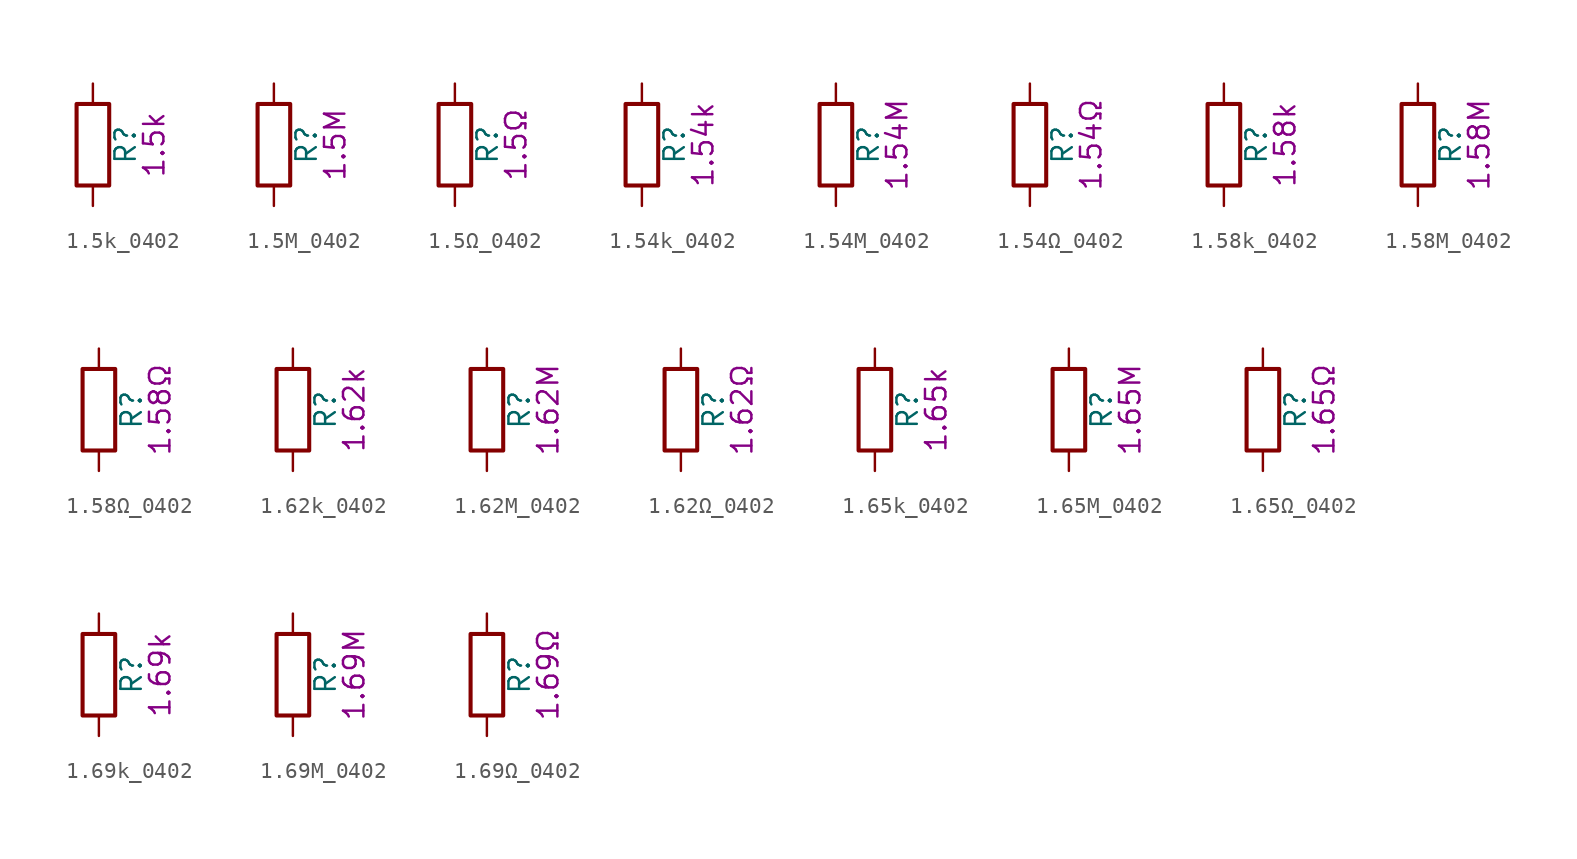
<source format=kicad_sym>
(kicad_symbol_lib
  (version 20211014)
  (generator kicad_symbol_editor)
  (symbol "1.5k_0402"
    (pin_numbers hide)
    (pin_names
      (offset 0))
    (property "Reference" "R"
      (at 2.032 0 90)
      (effects (font (size 1.27 1.27))))
    (property "Display" "1.5k"
      (at 3.81 0 90)
      (effects (font (size 1.27 1.27))))
    (symbol "1.5k_0402_0_1"
      (rectangle (start -1.016 -2.54) (end 1.016 2.54) (stroke (width 0.254) (type default) (color 0 0 0 0)) (fill (type none))))
    (symbol "1.5k_0402_1_1"
      (pin passive line (at 0 3.81 270) (length 1.27) (name "~" (effects (font (size 1.27 1.27)))) (number "1" (effects (font (size 1.27 1.27)))))
      (pin passive line (at 0 -3.81 90) (length 1.27) (name "~" (effects (font (size 1.27 1.27)))) (number "2" (effects (font (size 1.27 1.27)))))))
  (symbol "1.5M_0402"
    (pin_numbers hide)
    (pin_names
      (offset 0))
    (property "Reference" "R"
      (at 2.032 0 90)
      (effects (font (size 1.27 1.27))))
    (property "Display" "1.5M"
      (at 3.81 0 90)
      (effects (font (size 1.27 1.27))))
    (symbol "1.5M_0402_0_1"
      (rectangle (start -1.016 -2.54) (end 1.016 2.54) (stroke (width 0.254) (type default) (color 0 0 0 0)) (fill (type none))))
    (symbol "1.5M_0402_1_1"
      (pin passive line (at 0 3.81 270) (length 1.27) (name "~" (effects (font (size 1.27 1.27)))) (number "1" (effects (font (size 1.27 1.27)))))
      (pin passive line (at 0 -3.81 90) (length 1.27) (name "~" (effects (font (size 1.27 1.27)))) (number "2" (effects (font (size 1.27 1.27)))))))
  (symbol "1.5Ω_0402"
    (pin_numbers hide)
    (pin_names
      (offset 0))
    (property "Reference" "R"
      (at 2.032 0 90)
      (effects (font (size 1.27 1.27))))
    (property "Display" "1.5Ω"
      (at 3.81 0 90)
      (effects (font (size 1.27 1.27))))
    (symbol "1.5Ω_0402_0_1"
      (rectangle (start -1.016 -2.54) (end 1.016 2.54) (stroke (width 0.254) (type default) (color 0 0 0 0)) (fill (type none))))
    (symbol "1.5Ω_0402_1_1"
      (pin passive line (at 0 3.81 270) (length 1.27) (name "~" (effects (font (size 1.27 1.27)))) (number "1" (effects (font (size 1.27 1.27)))))
      (pin passive line (at 0 -3.81 90) (length 1.27) (name "~" (effects (font (size 1.27 1.27)))) (number "2" (effects (font (size 1.27 1.27)))))))
  (symbol "1.54k_0402"
    (pin_numbers hide)
    (pin_names
      (offset 0))
    (property "Reference" "R"
      (at 2.032 0 90)
      (effects (font (size 1.27 1.27))))
    (property "Display" "1.54k"
      (at 3.81 0 90)
      (effects (font (size 1.27 1.27))))
    (symbol "1.54k_0402_0_1"
      (rectangle (start -1.016 -2.54) (end 1.016 2.54) (stroke (width 0.254) (type default) (color 0 0 0 0)) (fill (type none))))
    (symbol "1.54k_0402_1_1"
      (pin passive line (at 0 3.81 270) (length 1.27) (name "~" (effects (font (size 1.27 1.27)))) (number "1" (effects (font (size 1.27 1.27)))))
      (pin passive line (at 0 -3.81 90) (length 1.27) (name "~" (effects (font (size 1.27 1.27)))) (number "2" (effects (font (size 1.27 1.27)))))))
  (symbol "1.54M_0402"
    (pin_numbers hide)
    (pin_names
      (offset 0))
    (property "Reference" "R"
      (at 2.032 0 90)
      (effects (font (size 1.27 1.27))))
    (property "Display" "1.54M"
      (at 3.81 0 90)
      (effects (font (size 1.27 1.27))))
    (symbol "1.54M_0402_0_1"
      (rectangle (start -1.016 -2.54) (end 1.016 2.54) (stroke (width 0.254) (type default) (color 0 0 0 0)) (fill (type none))))
    (symbol "1.54M_0402_1_1"
      (pin passive line (at 0 3.81 270) (length 1.27) (name "~" (effects (font (size 1.27 1.27)))) (number "1" (effects (font (size 1.27 1.27)))))
      (pin passive line (at 0 -3.81 90) (length 1.27) (name "~" (effects (font (size 1.27 1.27)))) (number "2" (effects (font (size 1.27 1.27)))))))
  (symbol "1.54Ω_0402"
    (pin_numbers hide)
    (pin_names
      (offset 0))
    (property "Reference" "R"
      (at 2.032 0 90)
      (effects (font (size 1.27 1.27))))
    (property "Display" "1.54Ω"
      (at 3.81 0 90)
      (effects (font (size 1.27 1.27))))
    (symbol "1.54Ω_0402_0_1"
      (rectangle (start -1.016 -2.54) (end 1.016 2.54) (stroke (width 0.254) (type default) (color 0 0 0 0)) (fill (type none))))
    (symbol "1.54Ω_0402_1_1"
      (pin passive line (at 0 3.81 270) (length 1.27) (name "~" (effects (font (size 1.27 1.27)))) (number "1" (effects (font (size 1.27 1.27)))))
      (pin passive line (at 0 -3.81 90) (length 1.27) (name "~" (effects (font (size 1.27 1.27)))) (number "2" (effects (font (size 1.27 1.27)))))))
  (symbol "1.58k_0402"
    (pin_numbers hide)
    (pin_names
      (offset 0))
    (property "Reference" "R"
      (at 2.032 0 90)
      (effects (font (size 1.27 1.27))))
    (property "Display" "1.58k"
      (at 3.81 0 90)
      (effects (font (size 1.27 1.27))))
    (symbol "1.58k_0402_0_1"
      (rectangle (start -1.016 -2.54) (end 1.016 2.54) (stroke (width 0.254) (type default) (color 0 0 0 0)) (fill (type none))))
    (symbol "1.58k_0402_1_1"
      (pin passive line (at 0 3.81 270) (length 1.27) (name "~" (effects (font (size 1.27 1.27)))) (number "1" (effects (font (size 1.27 1.27)))))
      (pin passive line (at 0 -3.81 90) (length 1.27) (name "~" (effects (font (size 1.27 1.27)))) (number "2" (effects (font (size 1.27 1.27)))))))
  (symbol "1.58M_0402"
    (pin_numbers hide)
    (pin_names
      (offset 0))
    (property "Reference" "R"
      (at 2.032 0 90)
      (effects (font (size 1.27 1.27))))
    (property "Display" "1.58M"
      (at 3.81 0 90)
      (effects (font (size 1.27 1.27))))
    (symbol "1.58M_0402_0_1"
      (rectangle (start -1.016 -2.54) (end 1.016 2.54) (stroke (width 0.254) (type default) (color 0 0 0 0)) (fill (type none))))
    (symbol "1.58M_0402_1_1"
      (pin passive line (at 0 3.81 270) (length 1.27) (name "~" (effects (font (size 1.27 1.27)))) (number "1" (effects (font (size 1.27 1.27)))))
      (pin passive line (at 0 -3.81 90) (length 1.27) (name "~" (effects (font (size 1.27 1.27)))) (number "2" (effects (font (size 1.27 1.27)))))))
  (symbol "1.58Ω_0402"
    (pin_numbers hide)
    (pin_names
      (offset 0))
    (property "Reference" "R"
      (at 2.032 0 90)
      (effects (font (size 1.27 1.27))))
    (property "Display" "1.58Ω"
      (at 3.81 0 90)
      (effects (font (size 1.27 1.27))))
    (symbol "1.58Ω_0402_0_1"
      (rectangle (start -1.016 -2.54) (end 1.016 2.54) (stroke (width 0.254) (type default) (color 0 0 0 0)) (fill (type none))))
    (symbol "1.58Ω_0402_1_1"
      (pin passive line (at 0 3.81 270) (length 1.27) (name "~" (effects (font (size 1.27 1.27)))) (number "1" (effects (font (size 1.27 1.27)))))
      (pin passive line (at 0 -3.81 90) (length 1.27) (name "~" (effects (font (size 1.27 1.27)))) (number "2" (effects (font (size 1.27 1.27)))))))
  (symbol "1.62k_0402"
    (pin_numbers hide)
    (pin_names
      (offset 0))
    (property "Reference" "R"
      (at 2.032 0 90)
      (effects (font (size 1.27 1.27))))
    (property "Display" "1.62k"
      (at 3.81 0 90)
      (effects (font (size 1.27 1.27))))
    (symbol "1.62k_0402_0_1"
      (rectangle (start -1.016 -2.54) (end 1.016 2.54) (stroke (width 0.254) (type default) (color 0 0 0 0)) (fill (type none))))
    (symbol "1.62k_0402_1_1"
      (pin passive line (at 0 3.81 270) (length 1.27) (name "~" (effects (font (size 1.27 1.27)))) (number "1" (effects (font (size 1.27 1.27)))))
      (pin passive line (at 0 -3.81 90) (length 1.27) (name "~" (effects (font (size 1.27 1.27)))) (number "2" (effects (font (size 1.27 1.27)))))))
  (symbol "1.62M_0402"
    (pin_numbers hide)
    (pin_names
      (offset 0))
    (property "Reference" "R"
      (at 2.032 0 90)
      (effects (font (size 1.27 1.27))))
    (property "Display" "1.62M"
      (at 3.81 0 90)
      (effects (font (size 1.27 1.27))))
    (symbol "1.62M_0402_0_1"
      (rectangle (start -1.016 -2.54) (end 1.016 2.54) (stroke (width 0.254) (type default) (color 0 0 0 0)) (fill (type none))))
    (symbol "1.62M_0402_1_1"
      (pin passive line (at 0 3.81 270) (length 1.27) (name "~" (effects (font (size 1.27 1.27)))) (number "1" (effects (font (size 1.27 1.27)))))
      (pin passive line (at 0 -3.81 90) (length 1.27) (name "~" (effects (font (size 1.27 1.27)))) (number "2" (effects (font (size 1.27 1.27)))))))
  (symbol "1.62Ω_0402"
    (pin_numbers hide)
    (pin_names
      (offset 0))
    (property "Reference" "R"
      (at 2.032 0 90)
      (effects (font (size 1.27 1.27))))
    (property "Display" "1.62Ω"
      (at 3.81 0 90)
      (effects (font (size 1.27 1.27))))
    (symbol "1.62Ω_0402_0_1"
      (rectangle (start -1.016 -2.54) (end 1.016 2.54) (stroke (width 0.254) (type default) (color 0 0 0 0)) (fill (type none))))
    (symbol "1.62Ω_0402_1_1"
      (pin passive line (at 0 3.81 270) (length 1.27) (name "~" (effects (font (size 1.27 1.27)))) (number "1" (effects (font (size 1.27 1.27)))))
      (pin passive line (at 0 -3.81 90) (length 1.27) (name "~" (effects (font (size 1.27 1.27)))) (number "2" (effects (font (size 1.27 1.27)))))))
  (symbol "1.65k_0402"
    (pin_numbers hide)
    (pin_names
      (offset 0))
    (property "Reference" "R"
      (at 2.032 0 90)
      (effects (font (size 1.27 1.27))))
    (property "Display" "1.65k"
      (at 3.81 0 90)
      (effects (font (size 1.27 1.27))))
    (symbol "1.65k_0402_0_1"
      (rectangle (start -1.016 -2.54) (end 1.016 2.54) (stroke (width 0.254) (type default) (color 0 0 0 0)) (fill (type none))))
    (symbol "1.65k_0402_1_1"
      (pin passive line (at 0 3.81 270) (length 1.27) (name "~" (effects (font (size 1.27 1.27)))) (number "1" (effects (font (size 1.27 1.27)))))
      (pin passive line (at 0 -3.81 90) (length 1.27) (name "~" (effects (font (size 1.27 1.27)))) (number "2" (effects (font (size 1.27 1.27)))))))
  (symbol "1.65M_0402"
    (pin_numbers hide)
    (pin_names
      (offset 0))
    (property "Reference" "R"
      (at 2.032 0 90)
      (effects (font (size 1.27 1.27))))
    (property "Display" "1.65M"
      (at 3.81 0 90)
      (effects (font (size 1.27 1.27))))
    (symbol "1.65M_0402_0_1"
      (rectangle (start -1.016 -2.54) (end 1.016 2.54) (stroke (width 0.254) (type default) (color 0 0 0 0)) (fill (type none))))
    (symbol "1.65M_0402_1_1"
      (pin passive line (at 0 3.81 270) (length 1.27) (name "~" (effects (font (size 1.27 1.27)))) (number "1" (effects (font (size 1.27 1.27)))))
      (pin passive line (at 0 -3.81 90) (length 1.27) (name "~" (effects (font (size 1.27 1.27)))) (number "2" (effects (font (size 1.27 1.27)))))))
  (symbol "1.65Ω_0402"
    (pin_numbers hide)
    (pin_names
      (offset 0))
    (property "Reference" "R"
      (at 2.032 0 90)
      (effects (font (size 1.27 1.27))))
    (property "Display" "1.65Ω"
      (at 3.81 0 90)
      (effects (font (size 1.27 1.27))))
    (symbol "1.65Ω_0402_0_1"
      (rectangle (start -1.016 -2.54) (end 1.016 2.54) (stroke (width 0.254) (type default) (color 0 0 0 0)) (fill (type none))))
    (symbol "1.65Ω_0402_1_1"
      (pin passive line (at 0 3.81 270) (length 1.27) (name "~" (effects (font (size 1.27 1.27)))) (number "1" (effects (font (size 1.27 1.27)))))
      (pin passive line (at 0 -3.81 90) (length 1.27) (name "~" (effects (font (size 1.27 1.27)))) (number "2" (effects (font (size 1.27 1.27)))))))
  (symbol "1.69k_0402"
    (pin_numbers hide)
    (pin_names
      (offset 0))
    (property "Reference" "R"
      (at 2.032 0 90)
      (effects (font (size 1.27 1.27))))
    (property "Display" "1.69k"
      (at 3.81 0 90)
      (effects (font (size 1.27 1.27))))
    (symbol "1.69k_0402_0_1"
      (rectangle (start -1.016 -2.54) (end 1.016 2.54) (stroke (width 0.254) (type default) (color 0 0 0 0)) (fill (type none))))
    (symbol "1.69k_0402_1_1"
      (pin passive line (at 0 3.81 270) (length 1.27) (name "~" (effects (font (size 1.27 1.27)))) (number "1" (effects (font (size 1.27 1.27)))))
      (pin passive line (at 0 -3.81 90) (length 1.27) (name "~" (effects (font (size 1.27 1.27)))) (number "2" (effects (font (size 1.27 1.27)))))))
  (symbol "1.69M_0402"
    (pin_numbers hide)
    (pin_names
      (offset 0))
    (property "Reference" "R"
      (at 2.032 0 90)
      (effects (font (size 1.27 1.27))))
    (property "Display" "1.69M"
      (at 3.81 0 90)
      (effects (font (size 1.27 1.27))))
    (symbol "1.69M_0402_0_1"
      (rectangle (start -1.016 -2.54) (end 1.016 2.54) (stroke (width 0.254) (type default) (color 0 0 0 0)) (fill (type none))))
    (symbol "1.69M_0402_1_1"
      (pin passive line (at 0 3.81 270) (length 1.27) (name "~" (effects (font (size 1.27 1.27)))) (number "1" (effects (font (size 1.27 1.27)))))
      (pin passive line (at 0 -3.81 90) (length 1.27) (name "~" (effects (font (size 1.27 1.27)))) (number "2" (effects (font (size 1.27 1.27)))))))
  (symbol "1.69Ω_0402"
    (pin_numbers hide)
    (pin_names
      (offset 0))
    (property "Reference" "R"
      (at 2.032 0 90)
      (effects (font (size 1.27 1.27))))
    (property "Display" "1.69Ω"
      (at 3.81 0 90)
      (effects (font (size 1.27 1.27))))
    (symbol "1.69Ω_0402_0_1"
      (rectangle (start -1.016 -2.54) (end 1.016 2.54) (stroke (width 0.254) (type default) (color 0 0 0 0)) (fill (type none))))
    (symbol "1.69Ω_0402_1_1"
      (pin passive line (at 0 3.81 270) (length 1.27) (name "~" (effects (font (size 1.27 1.27)))) (number "1" (effects (font (size 1.27 1.27)))))
      (pin passive line (at 0 -3.81 90) (length 1.27) (name "~" (effects (font (size 1.27 1.27)))) (number "2" (effects (font (size 1.27 1.27))))))))
</source>
